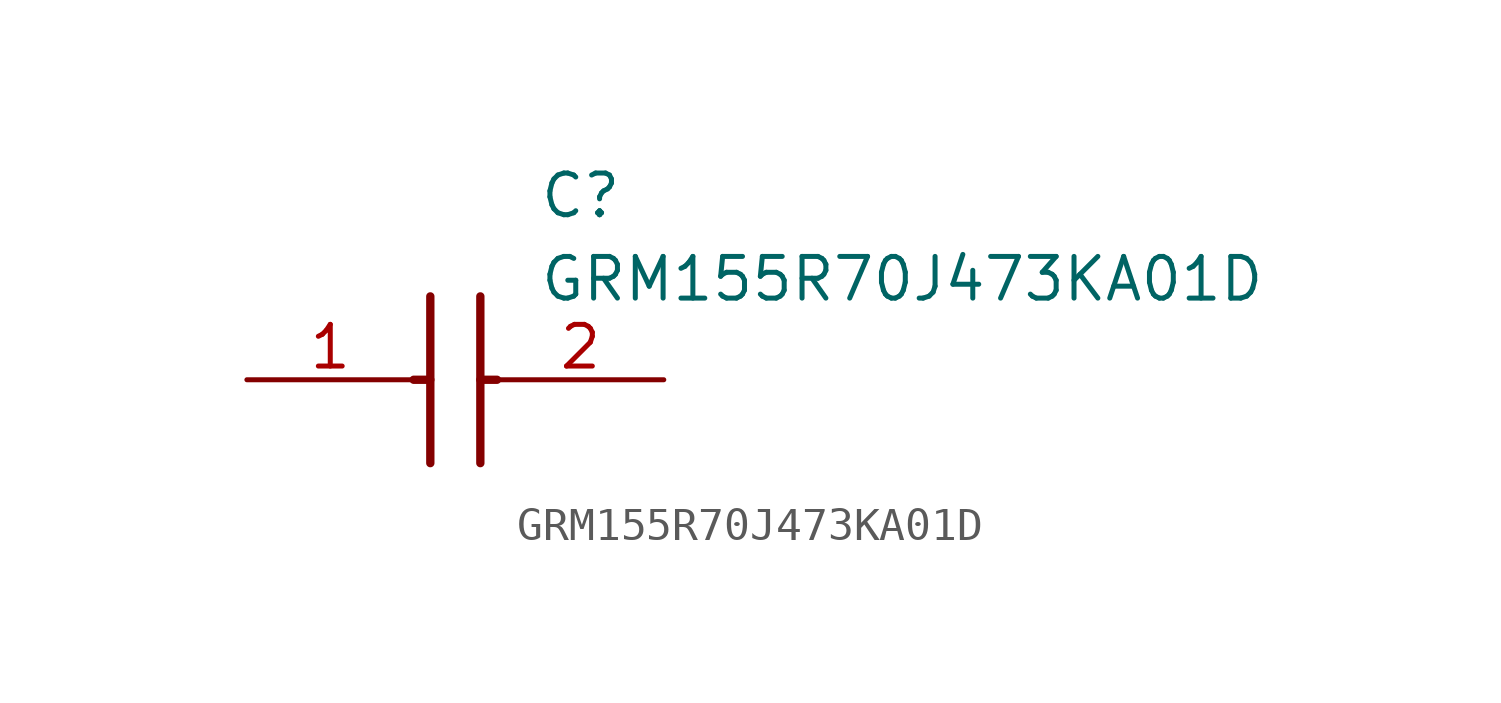
<source format=kicad_sym>
(kicad_symbol_lib
  (version 20211014)
  (generator SamacSys_ECAD_Model)
  (symbol "GRM155R70J473KA01D"
    (pin_names hide)
    (property "Reference" "C"
      (at 8.89 6.35 0)
      (effects (font (size 1.27 1.27)) (justify left top)))
    (property "Value" "GRM155R70J473KA01D"
      (at 8.89 3.81 0)
      (effects (font (size 1.27 1.27)) (justify left top)))
    (polyline
      (pts (xy 5.588 2.54) (xy 5.588 -2.54))
      (stroke (width 0.254) (type default))
      (fill (type none)))
    (polyline
      (pts (xy 7.112 2.54) (xy 7.112 -2.54))
      (stroke (width 0.254) (type default))
      (fill (type none)))
    (polyline
      (pts (xy 5.08 0) (xy 5.588 0))
      (stroke (width 0.254) (type default))
      (fill (type none)))
    (polyline
      (pts (xy 7.112 0) (xy 7.62 0))
      (stroke (width 0.254) (type default))
      (fill (type none)))
    (pin passive line
      (at 0 0 0)
      (length 5.08)
      (name "1" (effects (font (size 1.27 1.27))))
      (number "1" (effects (font (size 1.27 1.27)))))
    (pin passive line
      (at 12.7 0 180)
      (length 5.08)
      (name "2" (effects (font (size 1.27 1.27))))
      (number "2" (effects (font (size 1.27 1.27)))))))
</source>
